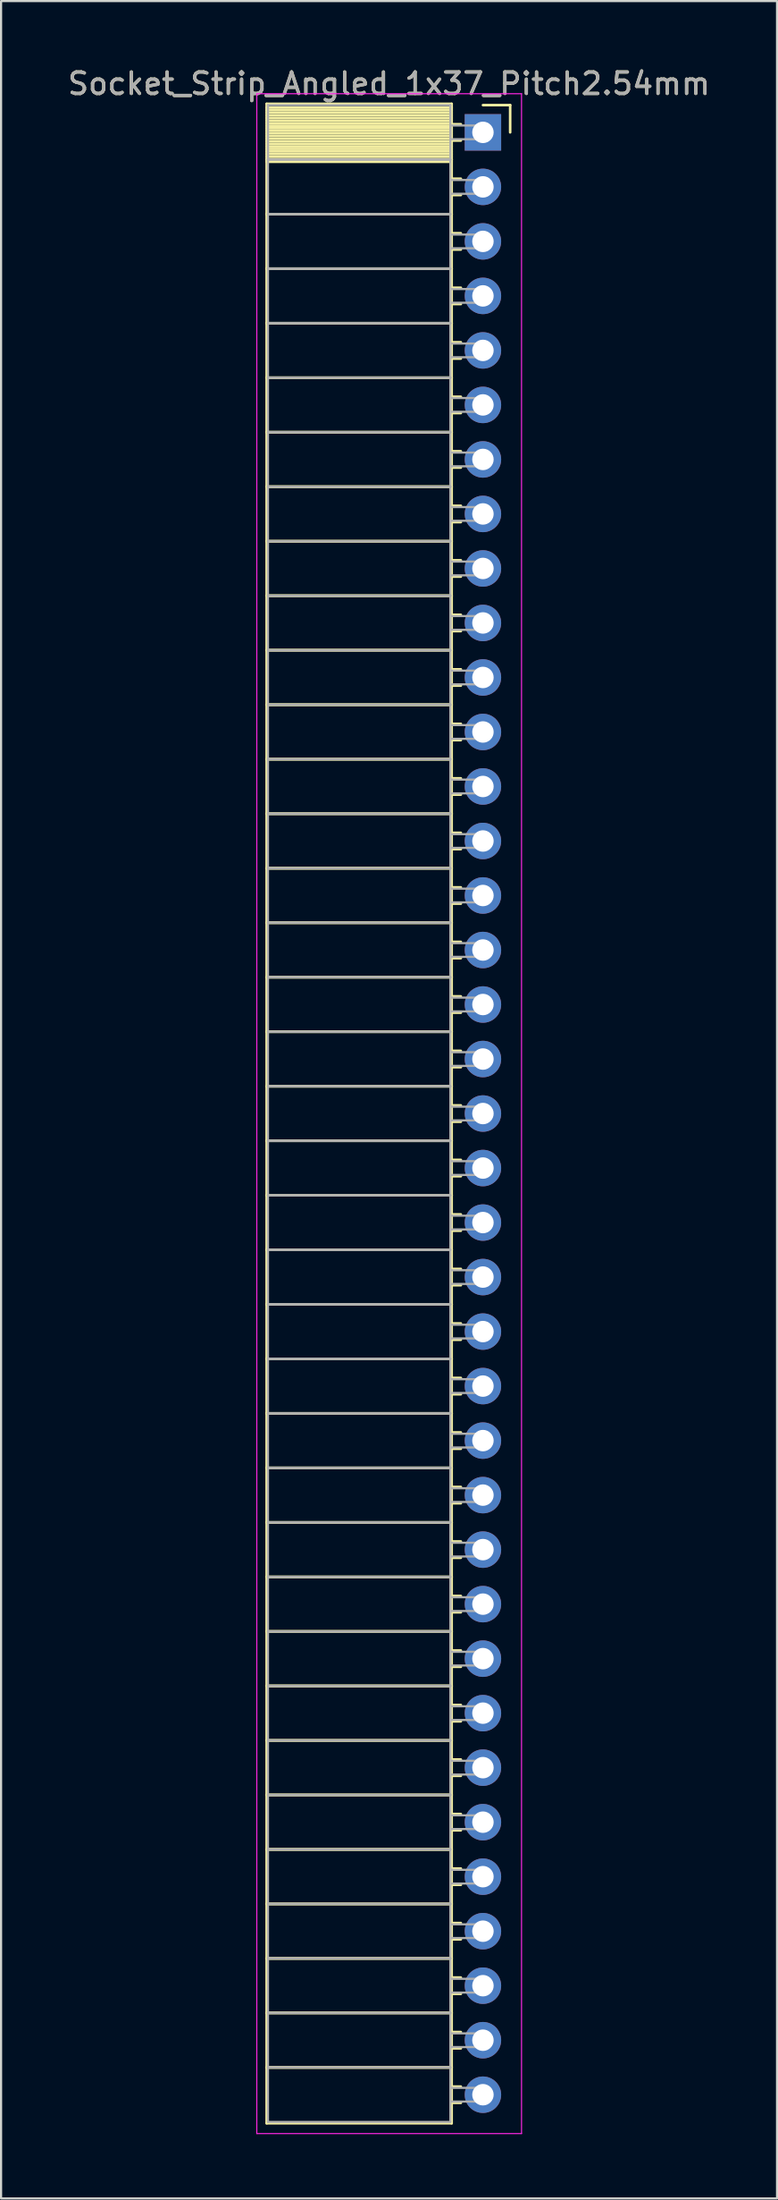
<source format=kicad_pcb>
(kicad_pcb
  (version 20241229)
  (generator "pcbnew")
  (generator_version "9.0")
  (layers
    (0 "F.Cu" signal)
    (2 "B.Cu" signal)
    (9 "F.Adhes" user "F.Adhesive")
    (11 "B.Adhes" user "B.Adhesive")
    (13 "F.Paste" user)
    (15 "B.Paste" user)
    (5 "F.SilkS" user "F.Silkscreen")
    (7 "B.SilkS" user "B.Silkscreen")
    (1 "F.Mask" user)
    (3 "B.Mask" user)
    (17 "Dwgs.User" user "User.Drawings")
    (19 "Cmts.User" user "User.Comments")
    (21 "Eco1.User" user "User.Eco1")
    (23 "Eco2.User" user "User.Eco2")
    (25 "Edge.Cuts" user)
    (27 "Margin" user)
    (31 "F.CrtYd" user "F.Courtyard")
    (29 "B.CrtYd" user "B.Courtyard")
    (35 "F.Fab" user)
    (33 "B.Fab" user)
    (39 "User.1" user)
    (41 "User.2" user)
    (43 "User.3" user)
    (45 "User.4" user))
  (footprint "Socket_Strip_Angled_1x37_Pitch2.54mm"
    (layer "F.Cu")
    (at 19.481 3.118)
    (property "Reference" "Socket_Strip_Angled_1x37_Pitch2.54mm" (at -4.38 -2.27 0) (layer "F.SilkS") (effects (font (size 1 1) (thickness 0.15))))
    (attr through_hole)
    (fp_line (start -10.09 -1.33) (end -1.46 -1.33) (stroke (width 0.12) (type solid)) (layer "F.SilkS"))
    (fp_line (start -10.09 1.27) (end -10.09 -1.33) (stroke (width 0.12) (type solid)) (layer "F.SilkS"))
    (fp_line (start -10.09 1.27) (end -1.46 1.27) (stroke (width 0.12) (type solid)) (layer "F.SilkS"))
    (fp_line (start -10.09 3.81) (end -10.09 1.27) (stroke (width 0.12) (type solid)) (layer "F.SilkS"))
    (fp_line (start -10.09 3.81) (end -1.46 3.81) (stroke (width 0.12) (type solid)) (layer "F.SilkS"))
    (fp_line (start -10.09 6.35) (end -10.09 3.81) (stroke (width 0.12) (type solid)) (layer "F.SilkS"))
    (fp_line (start -10.09 6.35) (end -1.46 6.35) (stroke (width 0.12) (type solid)) (layer "F.SilkS"))
    (fp_line (start -10.09 8.89) (end -10.09 6.35) (stroke (width 0.12) (type solid)) (layer "F.SilkS"))
    (fp_line (start -10.09 8.89) (end -1.46 8.89) (stroke (width 0.12) (type solid)) (layer "F.SilkS"))
    (fp_line (start -10.09 11.43) (end -10.09 8.89) (stroke (width 0.12) (type solid)) (layer "F.SilkS"))
    (fp_line (start -10.09 11.43) (end -1.46 11.43) (stroke (width 0.12) (type solid)) (layer "F.SilkS"))
    (fp_line (start -10.09 13.97) (end -10.09 11.43) (stroke (width 0.12) (type solid)) (layer "F.SilkS"))
    (fp_line (start -10.09 13.97) (end -1.46 13.97) (stroke (width 0.12) (type solid)) (layer "F.SilkS"))
    (fp_line (start -10.09 16.51) (end -10.09 13.97) (stroke (width 0.12) (type solid)) (layer "F.SilkS"))
    (fp_line (start -10.09 16.51) (end -1.46 16.51) (stroke (width 0.12) (type solid)) (layer "F.SilkS"))
    (fp_line (start -10.09 19.05) (end -10.09 16.51) (stroke (width 0.12) (type solid)) (layer "F.SilkS"))
    (fp_line (start -10.09 19.05) (end -1.46 19.05) (stroke (width 0.12) (type solid)) (layer "F.SilkS"))
    (fp_line (start -10.09 21.59) (end -10.09 19.05) (stroke (width 0.12) (type solid)) (layer "F.SilkS"))
    (fp_line (start -10.09 21.59) (end -1.46 21.59) (stroke (width 0.12) (type solid)) (layer "F.SilkS"))
    (fp_line (start -10.09 24.13) (end -10.09 21.59) (stroke (width 0.12) (type solid)) (layer "F.SilkS"))
    (fp_line (start -10.09 24.13) (end -1.46 24.13) (stroke (width 0.12) (type solid)) (layer "F.SilkS"))
    (fp_line (start -10.09 26.67) (end -10.09 24.13) (stroke (width 0.12) (type solid)) (layer "F.SilkS"))
    (fp_line (start -10.09 26.67) (end -1.46 26.67) (stroke (width 0.12) (type solid)) (layer "F.SilkS"))
    (fp_line (start -10.09 29.21) (end -10.09 26.67) (stroke (width 0.12) (type solid)) (layer "F.SilkS"))
    (fp_line (start -10.09 29.21) (end -1.46 29.21) (stroke (width 0.12) (type solid)) (layer "F.SilkS"))
    (fp_line (start -10.09 31.75) (end -10.09 29.21) (stroke (width 0.12) (type solid)) (layer "F.SilkS"))
    (fp_line (start -10.09 31.75) (end -1.46 31.75) (stroke (width 0.12) (type solid)) (layer "F.SilkS"))
    (fp_line (start -10.09 34.29) (end -10.09 31.75) (stroke (width 0.12) (type solid)) (layer "F.SilkS"))
    (fp_line (start -10.09 34.29) (end -1.46 34.29) (stroke (width 0.12) (type solid)) (layer "F.SilkS"))
    (fp_line (start -10.09 36.83) (end -10.09 34.29) (stroke (width 0.12) (type solid)) (layer "F.SilkS"))
    (fp_line (start -10.09 36.83) (end -1.46 36.83) (stroke (width 0.12) (type solid)) (layer "F.SilkS"))
    (fp_line (start -10.09 39.37) (end -10.09 36.83) (stroke (width 0.12) (type solid)) (layer "F.SilkS"))
    (fp_line (start -10.09 39.37) (end -1.46 39.37) (stroke (width 0.12) (type solid)) (layer "F.SilkS"))
    (fp_line (start -10.09 41.91) (end -10.09 39.37) (stroke (width 0.12) (type solid)) (layer "F.SilkS"))
    (fp_line (start -10.09 41.91) (end -1.46 41.91) (stroke (width 0.12) (type solid)) (layer "F.SilkS"))
    (fp_line (start -10.09 44.45) (end -10.09 41.91) (stroke (width 0.12) (type solid)) (layer "F.SilkS"))
    (fp_line (start -10.09 44.45) (end -1.46 44.45) (stroke (width 0.12) (type solid)) (layer "F.SilkS"))
    (fp_line (start -10.09 46.99) (end -10.09 44.45) (stroke (width 0.12) (type solid)) (layer "F.SilkS"))
    (fp_line (start -10.09 46.99) (end -1.46 46.99) (stroke (width 0.12) (type solid)) (layer "F.SilkS"))
    (fp_line (start -10.09 49.53) (end -10.09 46.99) (stroke (width 0.12) (type solid)) (layer "F.SilkS"))
    (fp_line (start -10.09 49.53) (end -1.46 49.53) (stroke (width 0.12) (type solid)) (layer "F.SilkS"))
    (fp_line (start -10.09 52.07) (end -10.09 49.53) (stroke (width 0.12) (type solid)) (layer "F.SilkS"))
    (fp_line (start -10.09 52.07) (end -1.46 52.07) (stroke (width 0.12) (type solid)) (layer "F.SilkS"))
    (fp_line (start -10.09 54.61) (end -10.09 52.07) (stroke (width 0.12) (type solid)) (layer "F.SilkS"))
    (fp_line (start -10.09 54.61) (end -1.46 54.61) (stroke (width 0.12) (type solid)) (layer "F.SilkS"))
    (fp_line (start -10.09 57.15) (end -10.09 54.61) (stroke (width 0.12) (type solid)) (layer "F.SilkS"))
    (fp_line (start -10.09 57.15) (end -1.46 57.15) (stroke (width 0.12) (type solid)) (layer "F.SilkS"))
    (fp_line (start -10.09 59.69) (end -10.09 57.15) (stroke (width 0.12) (type solid)) (layer "F.SilkS"))
    (fp_line (start -10.09 59.69) (end -1.46 59.69) (stroke (width 0.12) (type solid)) (layer "F.SilkS"))
    (fp_line (start -10.09 62.23) (end -10.09 59.69) (stroke (width 0.12) (type solid)) (layer "F.SilkS"))
    (fp_line (start -10.09 62.23) (end -1.46 62.23) (stroke (width 0.12) (type solid)) (layer "F.SilkS"))
    (fp_line (start -10.09 64.77) (end -10.09 62.23) (stroke (width 0.12) (type solid)) (layer "F.SilkS"))
    (fp_line (start -10.09 64.77) (end -1.46 64.77) (stroke (width 0.12) (type solid)) (layer "F.SilkS"))
    (fp_line (start -10.09 67.31) (end -10.09 64.77) (stroke (width 0.12) (type solid)) (layer "F.SilkS"))
    (fp_line (start -10.09 67.31) (end -1.46 67.31) (stroke (width 0.12) (type solid)) (layer "F.SilkS"))
    (fp_line (start -10.09 69.85) (end -10.09 67.31) (stroke (width 0.12) (type solid)) (layer "F.SilkS"))
    (fp_line (start -10.09 69.85) (end -1.46 69.85) (stroke (width 0.12) (type solid)) (layer "F.SilkS"))
    (fp_line (start -10.09 72.39) (end -10.09 69.85) (stroke (width 0.12) (type solid)) (layer "F.SilkS"))
    (fp_line (start -10.09 72.39) (end -1.46 72.39) (stroke (width 0.12) (type solid)) (layer "F.SilkS"))
    (fp_line (start -10.09 74.93) (end -10.09 72.39) (stroke (width 0.12) (type solid)) (layer "F.SilkS"))
    (fp_line (start -10.09 74.93) (end -1.46 74.93) (stroke (width 0.12) (type solid)) (layer "F.SilkS"))
    (fp_line (start -10.09 77.47) (end -10.09 74.93) (stroke (width 0.12) (type solid)) (layer "F.SilkS"))
    (fp_line (start -10.09 77.47) (end -1.46 77.47) (stroke (width 0.12) (type solid)) (layer "F.SilkS"))
    (fp_line (start -10.09 80.01) (end -10.09 77.47) (stroke (width 0.12) (type solid)) (layer "F.SilkS"))
    (fp_line (start -10.09 80.01) (end -1.46 80.01) (stroke (width 0.12) (type solid)) (layer "F.SilkS"))
    (fp_line (start -10.09 82.55) (end -10.09 80.01) (stroke (width 0.12) (type solid)) (layer "F.SilkS"))
    (fp_line (start -10.09 82.55) (end -1.46 82.55) (stroke (width 0.12) (type solid)) (layer "F.SilkS"))
    (fp_line (start -10.09 85.09) (end -10.09 82.55) (stroke (width 0.12) (type solid)) (layer "F.SilkS"))
    (fp_line (start -10.09 85.09) (end -1.46 85.09) (stroke (width 0.12) (type solid)) (layer "F.SilkS"))
    (fp_line (start -10.09 87.63) (end -10.09 85.09) (stroke (width 0.12) (type solid)) (layer "F.SilkS"))
    (fp_line (start -10.09 87.63) (end -1.46 87.63) (stroke (width 0.12) (type solid)) (layer "F.SilkS"))
    (fp_line (start -10.09 90.17) (end -10.09 87.63) (stroke (width 0.12) (type solid)) (layer "F.SilkS"))
    (fp_line (start -10.09 90.17) (end -1.46 90.17) (stroke (width 0.12) (type solid)) (layer "F.SilkS"))
    (fp_line (start -10.09 92.77) (end -10.09 90.17) (stroke (width 0.12) (type solid)) (layer "F.SilkS"))
    (fp_line (start -1.46 -1.33) (end -1.46 1.27) (stroke (width 0.12) (type solid)) (layer "F.SilkS"))
    (fp_line (start -1.46 -1.15) (end -10.09 -1.15) (stroke (width 0.12) (type solid)) (layer "F.SilkS"))
    (fp_line (start -1.46 -1.03) (end -10.09 -1.03) (stroke (width 0.12) (type solid)) (layer "F.SilkS"))
    (fp_line (start -1.46 -0.91) (end -10.09 -0.91) (stroke (width 0.12) (type solid)) (layer "F.SilkS"))
    (fp_line (start -1.46 -0.79) (end -10.09 -0.79) (stroke (width 0.12) (type solid)) (layer "F.SilkS"))
    (fp_line (start -1.46 -0.67) (end -10.09 -0.67) (stroke (width 0.12) (type solid)) (layer "F.SilkS"))
    (fp_line (start -1.46 -0.55) (end -10.09 -0.55) (stroke (width 0.12) (type solid)) (layer "F.SilkS"))
    (fp_line (start -1.46 -0.43) (end -10.09 -0.43) (stroke (width 0.12) (type solid)) (layer "F.SilkS"))
    (fp_line (start -1.46 -0.31) (end -10.09 -0.31) (stroke (width 0.12) (type solid)) (layer "F.SilkS"))
    (fp_line (start -1.46 -0.19) (end -10.09 -0.19) (stroke (width 0.12) (type solid)) (layer "F.SilkS"))
    (fp_line (start -1.46 -0.07) (end -10.09 -0.07) (stroke (width 0.12) (type solid)) (layer "F.SilkS"))
    (fp_line (start -1.46 0.05) (end -10.09 0.05) (stroke (width 0.12) (type solid)) (layer "F.SilkS"))
    (fp_line (start -1.46 0.17) (end -10.09 0.17) (stroke (width 0.12) (type solid)) (layer "F.SilkS"))
    (fp_line (start -1.46 0.29) (end -10.09 0.29) (stroke (width 0.12) (type solid)) (layer "F.SilkS"))
    (fp_line (start -1.46 0.41) (end -10.09 0.41) (stroke (width 0.12) (type solid)) (layer "F.SilkS"))
    (fp_line (start -1.46 0.53) (end -10.09 0.53) (stroke (width 0.12) (type solid)) (layer "F.SilkS"))
    (fp_line (start -1.46 0.65) (end -10.09 0.65) (stroke (width 0.12) (type solid)) (layer "F.SilkS"))
    (fp_line (start -1.46 0.77) (end -10.09 0.77) (stroke (width 0.12) (type solid)) (layer "F.SilkS"))
    (fp_line (start -1.46 0.89) (end -10.09 0.89) (stroke (width 0.12) (type solid)) (layer "F.SilkS"))
    (fp_line (start -1.46 1.01) (end -10.09 1.01) (stroke (width 0.12) (type solid)) (layer "F.SilkS"))
    (fp_line (start -1.46 1.13) (end -10.09 1.13) (stroke (width 0.12) (type solid)) (layer "F.SilkS"))
    (fp_line (start -1.46 1.25) (end -10.09 1.25) (stroke (width 0.12) (type solid)) (layer "F.SilkS"))
    (fp_line (start -1.46 1.27) (end -10.09 1.27) (stroke (width 0.12) (type solid)) (layer "F.SilkS"))
    (fp_line (start -1.46 1.27) (end -1.46 3.81) (stroke (width 0.12) (type solid)) (layer "F.SilkS"))
    (fp_line (start -1.46 1.37) (end -10.09 1.37) (stroke (width 0.12) (type solid)) (layer "F.SilkS"))
    (fp_line (start -1.46 3.81) (end -10.09 3.81) (stroke (width 0.12) (type solid)) (layer "F.SilkS"))
    (fp_line (start -1.46 3.81) (end -1.46 6.35) (stroke (width 0.12) (type solid)) (layer "F.SilkS"))
    (fp_line (start -1.46 6.35) (end -10.09 6.35) (stroke (width 0.12) (type solid)) (layer "F.SilkS"))
    (fp_line (start -1.46 6.35) (end -1.46 8.89) (stroke (width 0.12) (type solid)) (layer "F.SilkS"))
    (fp_line (start -1.46 8.89) (end -10.09 8.89) (stroke (width 0.12) (type solid)) (layer "F.SilkS"))
    (fp_line (start -1.46 8.89) (end -1.46 11.43) (stroke (width 0.12) (type solid)) (layer "F.SilkS"))
    (fp_line (start -1.46 11.43) (end -10.09 11.43) (stroke (width 0.12) (type solid)) (layer "F.SilkS"))
    (fp_line (start -1.46 11.43) (end -1.46 13.97) (stroke (width 0.12) (type solid)) (layer "F.SilkS"))
    (fp_line (start -1.46 13.97) (end -10.09 13.97) (stroke (width 0.12) (type solid)) (layer "F.SilkS"))
    (fp_line (start -1.46 13.97) (end -1.46 16.51) (stroke (width 0.12) (type solid)) (layer "F.SilkS"))
    (fp_line (start -1.46 16.51) (end -10.09 16.51) (stroke (width 0.12) (type solid)) (layer "F.SilkS"))
    (fp_line (start -1.46 16.51) (end -1.46 19.05) (stroke (width 0.12) (type solid)) (layer "F.SilkS"))
    (fp_line (start -1.46 19.05) (end -10.09 19.05) (stroke (width 0.12) (type solid)) (layer "F.SilkS"))
    (fp_line (start -1.46 19.05) (end -1.46 21.59) (stroke (width 0.12) (type solid)) (layer "F.SilkS"))
    (fp_line (start -1.46 21.59) (end -10.09 21.59) (stroke (width 0.12) (type solid)) (layer "F.SilkS"))
    (fp_line (start -1.46 21.59) (end -1.46 24.13) (stroke (width 0.12) (type solid)) (layer "F.SilkS"))
    (fp_line (start -1.46 24.13) (end -10.09 24.13) (stroke (width 0.12) (type solid)) (layer "F.SilkS"))
    (fp_line (start -1.46 24.13) (end -1.46 26.67) (stroke (width 0.12) (type solid)) (layer "F.SilkS"))
    (fp_line (start -1.46 26.67) (end -10.09 26.67) (stroke (width 0.12) (type solid)) (layer "F.SilkS"))
    (fp_line (start -1.46 26.67) (end -1.46 29.21) (stroke (width 0.12) (type solid)) (layer "F.SilkS"))
    (fp_line (start -1.46 29.21) (end -10.09 29.21) (stroke (width 0.12) (type solid)) (layer "F.SilkS"))
    (fp_line (start -1.46 29.21) (end -1.46 31.75) (stroke (width 0.12) (type solid)) (layer "F.SilkS"))
    (fp_line (start -1.46 31.75) (end -10.09 31.75) (stroke (width 0.12) (type solid)) (layer "F.SilkS"))
    (fp_line (start -1.46 31.75) (end -1.46 34.29) (stroke (width 0.12) (type solid)) (layer "F.SilkS"))
    (fp_line (start -1.46 34.29) (end -10.09 34.29) (stroke (width 0.12) (type solid)) (layer "F.SilkS"))
    (fp_line (start -1.46 34.29) (end -1.46 36.83) (stroke (width 0.12) (type solid)) (layer "F.SilkS"))
    (fp_line (start -1.46 36.83) (end -10.09 36.83) (stroke (width 0.12) (type solid)) (layer "F.SilkS"))
    (fp_line (start -1.46 36.83) (end -1.46 39.37) (stroke (width 0.12) (type solid)) (layer "F.SilkS"))
    (fp_line (start -1.46 39.37) (end -10.09 39.37) (stroke (width 0.12) (type solid)) (layer "F.SilkS"))
    (fp_line (start -1.46 39.37) (end -1.46 41.91) (stroke (width 0.12) (type solid)) (layer "F.SilkS"))
    (fp_line (start -1.46 41.91) (end -10.09 41.91) (stroke (width 0.12) (type solid)) (layer "F.SilkS"))
    (fp_line (start -1.46 41.91) (end -1.46 44.45) (stroke (width 0.12) (type solid)) (layer "F.SilkS"))
    (fp_line (start -1.46 44.45) (end -10.09 44.45) (stroke (width 0.12) (type solid)) (layer "F.SilkS"))
    (fp_line (start -1.46 44.45) (end -1.46 46.99) (stroke (width 0.12) (type solid)) (layer "F.SilkS"))
    (fp_line (start -1.46 46.99) (end -10.09 46.99) (stroke (width 0.12) (type solid)) (layer "F.SilkS"))
    (fp_line (start -1.46 46.99) (end -1.46 49.53) (stroke (width 0.12) (type solid)) (layer "F.SilkS"))
    (fp_line (start -1.46 49.53) (end -10.09 49.53) (stroke (width 0.12) (type solid)) (layer "F.SilkS"))
    (fp_line (start -1.46 49.53) (end -1.46 52.07) (stroke (width 0.12) (type solid)) (layer "F.SilkS"))
    (fp_line (start -1.46 52.07) (end -10.09 52.07) (stroke (width 0.12) (type solid)) (layer "F.SilkS"))
    (fp_line (start -1.46 52.07) (end -1.46 54.61) (stroke (width 0.12) (type solid)) (layer "F.SilkS"))
    (fp_line (start -1.46 54.61) (end -10.09 54.61) (stroke (width 0.12) (type solid)) (layer "F.SilkS"))
    (fp_line (start -1.46 54.61) (end -1.46 57.15) (stroke (width 0.12) (type solid)) (layer "F.SilkS"))
    (fp_line (start -1.46 57.15) (end -10.09 57.15) (stroke (width 0.12) (type solid)) (layer "F.SilkS"))
    (fp_line (start -1.46 57.15) (end -1.46 59.69) (stroke (width 0.12) (type solid)) (layer "F.SilkS"))
    (fp_line (start -1.46 59.69) (end -10.09 59.69) (stroke (width 0.12) (type solid)) (layer "F.SilkS"))
    (fp_line (start -1.46 59.69) (end -1.46 62.23) (stroke (width 0.12) (type solid)) (layer "F.SilkS"))
    (fp_line (start -1.46 62.23) (end -10.09 62.23) (stroke (width 0.12) (type solid)) (layer "F.SilkS"))
    (fp_line (start -1.46 62.23) (end -1.46 64.77) (stroke (width 0.12) (type solid)) (layer "F.SilkS"))
    (fp_line (start -1.46 64.77) (end -10.09 64.77) (stroke (width 0.12) (type solid)) (layer "F.SilkS"))
    (fp_line (start -1.46 64.77) (end -1.46 67.31) (stroke (width 0.12) (type solid)) (layer "F.SilkS"))
    (fp_line (start -1.46 67.31) (end -10.09 67.31) (stroke (width 0.12) (type solid)) (layer "F.SilkS"))
    (fp_line (start -1.46 67.31) (end -1.46 69.85) (stroke (width 0.12) (type solid)) (layer "F.SilkS"))
    (fp_line (start -1.46 69.85) (end -10.09 69.85) (stroke (width 0.12) (type solid)) (layer "F.SilkS"))
    (fp_line (start -1.46 69.85) (end -1.46 72.39) (stroke (width 0.12) (type solid)) (layer "F.SilkS"))
    (fp_line (start -1.46 72.39) (end -10.09 72.39) (stroke (width 0.12) (type solid)) (layer "F.SilkS"))
    (fp_line (start -1.46 72.39) (end -1.46 74.93) (stroke (width 0.12) (type solid)) (layer "F.SilkS"))
    (fp_line (start -1.46 74.93) (end -10.09 74.93) (stroke (width 0.12) (type solid)) (layer "F.SilkS"))
    (fp_line (start -1.46 74.93) (end -1.46 77.47) (stroke (width 0.12) (type solid)) (layer "F.SilkS"))
    (fp_line (start -1.46 77.47) (end -10.09 77.47) (stroke (width 0.12) (type solid)) (layer "F.SilkS"))
    (fp_line (start -1.46 77.47) (end -1.46 80.01) (stroke (width 0.12) (type solid)) (layer "F.SilkS"))
    (fp_line (start -1.46 80.01) (end -10.09 80.01) (stroke (width 0.12) (type solid)) (layer "F.SilkS"))
    (fp_line (start -1.46 80.01) (end -1.46 82.55) (stroke (width 0.12) (type solid)) (layer "F.SilkS"))
    (fp_line (start -1.46 82.55) (end -10.09 82.55) (stroke (width 0.12) (type solid)) (layer "F.SilkS"))
    (fp_line (start -1.46 82.55) (end -1.46 85.09) (stroke (width 0.12) (type solid)) (layer "F.SilkS"))
    (fp_line (start -1.46 85.09) (end -10.09 85.09) (stroke (width 0.12) (type solid)) (layer "F.SilkS"))
    (fp_line (start -1.46 85.09) (end -1.46 87.63) (stroke (width 0.12) (type solid)) (layer "F.SilkS"))
    (fp_line (start -1.46 87.63) (end -10.09 87.63) (stroke (width 0.12) (type solid)) (layer "F.SilkS"))
    (fp_line (start -1.46 87.63) (end -1.46 90.17) (stroke (width 0.12) (type solid)) (layer "F.SilkS"))
    (fp_line (start -1.46 90.17) (end -10.09 90.17) (stroke (width 0.12) (type solid)) (layer "F.SilkS"))
    (fp_line (start -1.46 90.17) (end -1.46 92.77) (stroke (width 0.12) (type solid)) (layer "F.SilkS"))
    (fp_line (start -1.46 92.77) (end -10.09 92.77) (stroke (width 0.12) (type solid)) (layer "F.SilkS"))
    (fp_line (start -1.03 -0.38) (end -1.46 -0.38) (stroke (width 0.12) (type solid)) (layer "F.SilkS"))
    (fp_line (start -1.03 0.38) (end -1.46 0.38) (stroke (width 0.12) (type solid)) (layer "F.SilkS"))
    (fp_line (start -1.03 2.16) (end -1.46 2.16) (stroke (width 0.12) (type solid)) (layer "F.SilkS"))
    (fp_line (start -1.03 2.92) (end -1.46 2.92) (stroke (width 0.12) (type solid)) (layer "F.SilkS"))
    (fp_line (start -1.03 4.7) (end -1.46 4.7) (stroke (width 0.12) (type solid)) (layer "F.SilkS"))
    (fp_line (start -1.03 5.46) (end -1.46 5.46) (stroke (width 0.12) (type solid)) (layer "F.SilkS"))
    (fp_line (start -1.03 7.24) (end -1.46 7.24) (stroke (width 0.12) (type solid)) (layer "F.SilkS"))
    (fp_line (start -1.03 8) (end -1.46 8) (stroke (width 0.12) (type solid)) (layer "F.SilkS"))
    (fp_line (start -1.03 9.78) (end -1.46 9.78) (stroke (width 0.12) (type solid)) (layer "F.SilkS"))
    (fp_line (start -1.03 10.54) (end -1.46 10.54) (stroke (width 0.12) (type solid)) (layer "F.SilkS"))
    (fp_line (start -1.03 12.32) (end -1.46 12.32) (stroke (width 0.12) (type solid)) (layer "F.SilkS"))
    (fp_line (start -1.03 13.08) (end -1.46 13.08) (stroke (width 0.12) (type solid)) (layer "F.SilkS"))
    (fp_line (start -1.03 14.86) (end -1.46 14.86) (stroke (width 0.12) (type solid)) (layer "F.SilkS"))
    (fp_line (start -1.03 15.62) (end -1.46 15.62) (stroke (width 0.12) (type solid)) (layer "F.SilkS"))
    (fp_line (start -1.03 17.4) (end -1.46 17.4) (stroke (width 0.12) (type solid)) (layer "F.SilkS"))
    (fp_line (start -1.03 18.16) (end -1.46 18.16) (stroke (width 0.12) (type solid)) (layer "F.SilkS"))
    (fp_line (start -1.03 19.94) (end -1.46 19.94) (stroke (width 0.12) (type solid)) (layer "F.SilkS"))
    (fp_line (start -1.03 20.7) (end -1.46 20.7) (stroke (width 0.12) (type solid)) (layer "F.SilkS"))
    (fp_line (start -1.03 22.48) (end -1.46 22.48) (stroke (width 0.12) (type solid)) (layer "F.SilkS"))
    (fp_line (start -1.03 23.24) (end -1.46 23.24) (stroke (width 0.12) (type solid)) (layer "F.SilkS"))
    (fp_line (start -1.03 25.02) (end -1.46 25.02) (stroke (width 0.12) (type solid)) (layer "F.SilkS"))
    (fp_line (start -1.03 25.78) (end -1.46 25.78) (stroke (width 0.12) (type solid)) (layer "F.SilkS"))
    (fp_line (start -1.03 27.56) (end -1.46 27.56) (stroke (width 0.12) (type solid)) (layer "F.SilkS"))
    (fp_line (start -1.03 28.32) (end -1.46 28.32) (stroke (width 0.12) (type solid)) (layer "F.SilkS"))
    (fp_line (start -1.03 30.1) (end -1.46 30.1) (stroke (width 0.12) (type solid)) (layer "F.SilkS"))
    (fp_line (start -1.03 30.86) (end -1.46 30.86) (stroke (width 0.12) (type solid)) (layer "F.SilkS"))
    (fp_line (start -1.03 32.64) (end -1.46 32.64) (stroke (width 0.12) (type solid)) (layer "F.SilkS"))
    (fp_line (start -1.03 33.4) (end -1.46 33.4) (stroke (width 0.12) (type solid)) (layer "F.SilkS"))
    (fp_line (start -1.03 35.18) (end -1.46 35.18) (stroke (width 0.12) (type solid)) (layer "F.SilkS"))
    (fp_line (start -1.03 35.94) (end -1.46 35.94) (stroke (width 0.12) (type solid)) (layer "F.SilkS"))
    (fp_line (start -1.03 37.72) (end -1.46 37.72) (stroke (width 0.12) (type solid)) (layer "F.SilkS"))
    (fp_line (start -1.03 38.48) (end -1.46 38.48) (stroke (width 0.12) (type solid)) (layer "F.SilkS"))
    (fp_line (start -1.03 40.26) (end -1.46 40.26) (stroke (width 0.12) (type solid)) (layer "F.SilkS"))
    (fp_line (start -1.03 41.02) (end -1.46 41.02) (stroke (width 0.12) (type solid)) (layer "F.SilkS"))
    (fp_line (start -1.03 42.8) (end -1.46 42.8) (stroke (width 0.12) (type solid)) (layer "F.SilkS"))
    (fp_line (start -1.03 43.56) (end -1.46 43.56) (stroke (width 0.12) (type solid)) (layer "F.SilkS"))
    (fp_line (start -1.03 45.34) (end -1.46 45.34) (stroke (width 0.12) (type solid)) (layer "F.SilkS"))
    (fp_line (start -1.03 46.1) (end -1.46 46.1) (stroke (width 0.12) (type solid)) (layer "F.SilkS"))
    (fp_line (start -1.03 47.88) (end -1.46 47.88) (stroke (width 0.12) (type solid)) (layer "F.SilkS"))
    (fp_line (start -1.03 48.64) (end -1.46 48.64) (stroke (width 0.12) (type solid)) (layer "F.SilkS"))
    (fp_line (start -1.03 50.42) (end -1.46 50.42) (stroke (width 0.12) (type solid)) (layer "F.SilkS"))
    (fp_line (start -1.03 51.18) (end -1.46 51.18) (stroke (width 0.12) (type solid)) (layer "F.SilkS"))
    (fp_line (start -1.03 52.96) (end -1.46 52.96) (stroke (width 0.12) (type solid)) (layer "F.SilkS"))
    (fp_line (start -1.03 53.72) (end -1.46 53.72) (stroke (width 0.12) (type solid)) (layer "F.SilkS"))
    (fp_line (start -1.03 55.5) (end -1.46 55.5) (stroke (width 0.12) (type solid)) (layer "F.SilkS"))
    (fp_line (start -1.03 56.26) (end -1.46 56.26) (stroke (width 0.12) (type solid)) (layer "F.SilkS"))
    (fp_line (start -1.03 58.04) (end -1.46 58.04) (stroke (width 0.12) (type solid)) (layer "F.SilkS"))
    (fp_line (start -1.03 58.8) (end -1.46 58.8) (stroke (width 0.12) (type solid)) (layer "F.SilkS"))
    (fp_line (start -1.03 60.58) (end -1.46 60.58) (stroke (width 0.12) (type solid)) (layer "F.SilkS"))
    (fp_line (start -1.03 61.34) (end -1.46 61.34) (stroke (width 0.12) (type solid)) (layer "F.SilkS"))
    (fp_line (start -1.03 63.12) (end -1.46 63.12) (stroke (width 0.12) (type solid)) (layer "F.SilkS"))
    (fp_line (start -1.03 63.88) (end -1.46 63.88) (stroke (width 0.12) (type solid)) (layer "F.SilkS"))
    (fp_line (start -1.03 65.66) (end -1.46 65.66) (stroke (width 0.12) (type solid)) (layer "F.SilkS"))
    (fp_line (start -1.03 66.42) (end -1.46 66.42) (stroke (width 0.12) (type solid)) (layer "F.SilkS"))
    (fp_line (start -1.03 68.2) (end -1.46 68.2) (stroke (width 0.12) (type solid)) (layer "F.SilkS"))
    (fp_line (start -1.03 68.96) (end -1.46 68.96) (stroke (width 0.12) (type solid)) (layer "F.SilkS"))
    (fp_line (start -1.03 70.74) (end -1.46 70.74) (stroke (width 0.12) (type solid)) (layer "F.SilkS"))
    (fp_line (start -1.03 71.5) (end -1.46 71.5) (stroke (width 0.12) (type solid)) (layer "F.SilkS"))
    (fp_line (start -1.03 73.28) (end -1.46 73.28) (stroke (width 0.12) (type solid)) (layer "F.SilkS"))
    (fp_line (start -1.03 74.04) (end -1.46 74.04) (stroke (width 0.12) (type solid)) (layer "F.SilkS"))
    (fp_line (start -1.03 75.82) (end -1.46 75.82) (stroke (width 0.12) (type solid)) (layer "F.SilkS"))
    (fp_line (start -1.03 76.58) (end -1.46 76.58) (stroke (width 0.12) (type solid)) (layer "F.SilkS"))
    (fp_line (start -1.03 78.36) (end -1.46 78.36) (stroke (width 0.12) (type solid)) (layer "F.SilkS"))
    (fp_line (start -1.03 79.12) (end -1.46 79.12) (stroke (width 0.12) (type solid)) (layer "F.SilkS"))
    (fp_line (start -1.03 80.9) (end -1.46 80.9) (stroke (width 0.12) (type solid)) (layer "F.SilkS"))
    (fp_line (start -1.03 81.66) (end -1.46 81.66) (stroke (width 0.12) (type solid)) (layer "F.SilkS"))
    (fp_line (start -1.03 83.44) (end -1.46 83.44) (stroke (width 0.12) (type solid)) (layer "F.SilkS"))
    (fp_line (start -1.03 84.2) (end -1.46 84.2) (stroke (width 0.12) (type solid)) (layer "F.SilkS"))
    (fp_line (start -1.03 85.98) (end -1.46 85.98) (stroke (width 0.12) (type solid)) (layer "F.SilkS"))
    (fp_line (start -1.03 86.74) (end -1.46 86.74) (stroke (width 0.12) (type solid)) (layer "F.SilkS"))
    (fp_line (start -1.03 88.52) (end -1.46 88.52) (stroke (width 0.12) (type solid)) (layer "F.SilkS"))
    (fp_line (start -1.03 89.28) (end -1.46 89.28) (stroke (width 0.12) (type solid)) (layer "F.SilkS"))
    (fp_line (start -1.03 91.06) (end -1.46 91.06) (stroke (width 0.12) (type solid)) (layer "F.SilkS"))
    (fp_line (start -1.03 91.82) (end -1.46 91.82) (stroke (width 0.12) (type solid)) (layer "F.SilkS"))
    (fp_line (start 0 -1.27) (end 1.27 -1.27) (stroke (width 0.12) (type solid)) (layer "F.SilkS"))
    (fp_line (start 1.27 -1.27) (end 1.27 0) (stroke (width 0.12) (type solid)) (layer "F.SilkS"))
    (fp_line (start -10.55 -1.8) (end 1.8 -1.8) (stroke (width 0.05) (type solid)) (layer "F.CrtYd"))
    (fp_line (start -10.55 93.25) (end -10.55 -1.8) (stroke (width 0.05) (type solid)) (layer "F.CrtYd"))
    (fp_line (start 1.8 -1.8) (end 1.8 93.25) (stroke (width 0.05) (type solid)) (layer "F.CrtYd"))
    (fp_line (start 1.8 93.25) (end -10.55 93.25) (stroke (width 0.05) (type solid)) (layer "F.CrtYd"))
    (fp_line (start -10.03 -1.27) (end -1.52 -1.27) (stroke (width 0.1) (type solid)) (layer "F.Fab"))
    (fp_line (start -10.03 1.27) (end -10.03 -1.27) (stroke (width 0.1) (type solid)) (layer "F.Fab"))
    (fp_line (start -10.03 1.27) (end -1.52 1.27) (stroke (width 0.1) (type solid)) (layer "F.Fab"))
    (fp_line (start -10.03 3.81) (end -10.03 1.27) (stroke (width 0.1) (type solid)) (layer "F.Fab"))
    (fp_line (start -10.03 3.81) (end -1.52 3.81) (stroke (width 0.1) (type solid)) (layer "F.Fab"))
    (fp_line (start -10.03 6.35) (end -10.03 3.81) (stroke (width 0.1) (type solid)) (layer "F.Fab"))
    (fp_line (start -10.03 6.35) (end -1.52 6.35) (stroke (width 0.1) (type solid)) (layer "F.Fab"))
    (fp_line (start -10.03 8.89) (end -10.03 6.35) (stroke (width 0.1) (type solid)) (layer "F.Fab"))
    (fp_line (start -10.03 8.89) (end -1.52 8.89) (stroke (width 0.1) (type solid)) (layer "F.Fab"))
    (fp_line (start -10.03 11.43) (end -10.03 8.89) (stroke (width 0.1) (type solid)) (layer "F.Fab"))
    (fp_line (start -10.03 11.43) (end -1.52 11.43) (stroke (width 0.1) (type solid)) (layer "F.Fab"))
    (fp_line (start -10.03 13.97) (end -10.03 11.43) (stroke (width 0.1) (type solid)) (layer "F.Fab"))
    (fp_line (start -10.03 13.97) (end -1.52 13.97) (stroke (width 0.1) (type solid)) (layer "F.Fab"))
    (fp_line (start -10.03 16.51) (end -10.03 13.97) (stroke (width 0.1) (type solid)) (layer "F.Fab"))
    (fp_line (start -10.03 16.51) (end -1.52 16.51) (stroke (width 0.1) (type solid)) (layer "F.Fab"))
    (fp_line (start -10.03 19.05) (end -10.03 16.51) (stroke (width 0.1) (type solid)) (layer "F.Fab"))
    (fp_line (start -10.03 19.05) (end -1.52 19.05) (stroke (width 0.1) (type solid)) (layer "F.Fab"))
    (fp_line (start -10.03 21.59) (end -10.03 19.05) (stroke (width 0.1) (type solid)) (layer "F.Fab"))
    (fp_line (start -10.03 21.59) (end -1.52 21.59) (stroke (width 0.1) (type solid)) (layer "F.Fab"))
    (fp_line (start -10.03 24.13) (end -10.03 21.59) (stroke (width 0.1) (type solid)) (layer "F.Fab"))
    (fp_line (start -10.03 24.13) (end -1.52 24.13) (stroke (width 0.1) (type solid)) (layer "F.Fab"))
    (fp_line (start -10.03 26.67) (end -10.03 24.13) (stroke (width 0.1) (type solid)) (layer "F.Fab"))
    (fp_line (start -10.03 26.67) (end -1.52 26.67) (stroke (width 0.1) (type solid)) (layer "F.Fab"))
    (fp_line (start -10.03 29.21) (end -10.03 26.67) (stroke (width 0.1) (type solid)) (layer "F.Fab"))
    (fp_line (start -10.03 29.21) (end -1.52 29.21) (stroke (width 0.1) (type solid)) (layer "F.Fab"))
    (fp_line (start -10.03 31.75) (end -10.03 29.21) (stroke (width 0.1) (type solid)) (layer "F.Fab"))
    (fp_line (start -10.03 31.75) (end -1.52 31.75) (stroke (width 0.1) (type solid)) (layer "F.Fab"))
    (fp_line (start -10.03 34.29) (end -10.03 31.75) (stroke (width 0.1) (type solid)) (layer "F.Fab"))
    (fp_line (start -10.03 34.29) (end -1.52 34.29) (stroke (width 0.1) (type solid)) (layer "F.Fab"))
    (fp_line (start -10.03 36.83) (end -10.03 34.29) (stroke (width 0.1) (type solid)) (layer "F.Fab"))
    (fp_line (start -10.03 36.83) (end -1.52 36.83) (stroke (width 0.1) (type solid)) (layer "F.Fab"))
    (fp_line (start -10.03 39.37) (end -10.03 36.83) (stroke (width 0.1) (type solid)) (layer "F.Fab"))
    (fp_line (start -10.03 39.37) (end -1.52 39.37) (stroke (width 0.1) (type solid)) (layer "F.Fab"))
    (fp_line (start -10.03 41.91) (end -10.03 39.37) (stroke (width 0.1) (type solid)) (layer "F.Fab"))
    (fp_line (start -10.03 41.91) (end -1.52 41.91) (stroke (width 0.1) (type solid)) (layer "F.Fab"))
    (fp_line (start -10.03 44.45) (end -10.03 41.91) (stroke (width 0.1) (type solid)) (layer "F.Fab"))
    (fp_line (start -10.03 44.45) (end -1.52 44.45) (stroke (width 0.1) (type solid)) (layer "F.Fab"))
    (fp_line (start -10.03 46.99) (end -10.03 44.45) (stroke (width 0.1) (type solid)) (layer "F.Fab"))
    (fp_line (start -10.03 46.99) (end -1.52 46.99) (stroke (width 0.1) (type solid)) (layer "F.Fab"))
    (fp_line (start -10.03 49.53) (end -10.03 46.99) (stroke (width 0.1) (type solid)) (layer "F.Fab"))
    (fp_line (start -10.03 49.53) (end -1.52 49.53) (stroke (width 0.1) (type solid)) (layer "F.Fab"))
    (fp_line (start -10.03 52.07) (end -10.03 49.53) (stroke (width 0.1) (type solid)) (layer "F.Fab"))
    (fp_line (start -10.03 52.07) (end -1.52 52.07) (stroke (width 0.1) (type solid)) (layer "F.Fab"))
    (fp_line (start -10.03 54.61) (end -10.03 52.07) (stroke (width 0.1) (type solid)) (layer "F.Fab"))
    (fp_line (start -10.03 54.61) (end -1.52 54.61) (stroke (width 0.1) (type solid)) (layer "F.Fab"))
    (fp_line (start -10.03 57.15) (end -10.03 54.61) (stroke (width 0.1) (type solid)) (layer "F.Fab"))
    (fp_line (start -10.03 57.15) (end -1.52 57.15) (stroke (width 0.1) (type solid)) (layer "F.Fab"))
    (fp_line (start -10.03 59.69) (end -10.03 57.15) (stroke (width 0.1) (type solid)) (layer "F.Fab"))
    (fp_line (start -10.03 59.69) (end -1.52 59.69) (stroke (width 0.1) (type solid)) (layer "F.Fab"))
    (fp_line (start -10.03 62.23) (end -10.03 59.69) (stroke (width 0.1) (type solid)) (layer "F.Fab"))
    (fp_line (start -10.03 62.23) (end -1.52 62.23) (stroke (width 0.1) (type solid)) (layer "F.Fab"))
    (fp_line (start -10.03 64.77) (end -10.03 62.23) (stroke (width 0.1) (type solid)) (layer "F.Fab"))
    (fp_line (start -10.03 64.77) (end -1.52 64.77) (stroke (width 0.1) (type solid)) (layer "F.Fab"))
    (fp_line (start -10.03 67.31) (end -10.03 64.77) (stroke (width 0.1) (type solid)) (layer "F.Fab"))
    (fp_line (start -10.03 67.31) (end -1.52 67.31) (stroke (width 0.1) (type solid)) (layer "F.Fab"))
    (fp_line (start -10.03 69.85) (end -10.03 67.31) (stroke (width 0.1) (type solid)) (layer "F.Fab"))
    (fp_line (start -10.03 69.85) (end -1.52 69.85) (stroke (width 0.1) (type solid)) (layer "F.Fab"))
    (fp_line (start -10.03 72.39) (end -10.03 69.85) (stroke (width 0.1) (type solid)) (layer "F.Fab"))
    (fp_line (start -10.03 72.39) (end -1.52 72.39) (stroke (width 0.1) (type solid)) (layer "F.Fab"))
    (fp_line (start -10.03 74.93) (end -10.03 72.39) (stroke (width 0.1) (type solid)) (layer "F.Fab"))
    (fp_line (start -10.03 74.93) (end -1.52 74.93) (stroke (width 0.1) (type solid)) (layer "F.Fab"))
    (fp_line (start -10.03 77.47) (end -10.03 74.93) (stroke (width 0.1) (type solid)) (layer "F.Fab"))
    (fp_line (start -10.03 77.47) (end -1.52 77.47) (stroke (width 0.1) (type solid)) (layer "F.Fab"))
    (fp_line (start -10.03 80.01) (end -10.03 77.47) (stroke (width 0.1) (type solid)) (layer "F.Fab"))
    (fp_line (start -10.03 80.01) (end -1.52 80.01) (stroke (width 0.1) (type solid)) (layer "F.Fab"))
    (fp_line (start -10.03 82.55) (end -10.03 80.01) (stroke (width 0.1) (type solid)) (layer "F.Fab"))
    (fp_line (start -10.03 82.55) (end -1.52 82.55) (stroke (width 0.1) (type solid)) (layer "F.Fab"))
    (fp_line (start -10.03 85.09) (end -10.03 82.55) (stroke (width 0.1) (type solid)) (layer "F.Fab"))
    (fp_line (start -10.03 85.09) (end -1.52 85.09) (stroke (width 0.1) (type solid)) (layer "F.Fab"))
    (fp_line (start -10.03 87.63) (end -10.03 85.09) (stroke (width 0.1) (type solid)) (layer "F.Fab"))
    (fp_line (start -10.03 87.63) (end -1.52 87.63) (stroke (width 0.1) (type solid)) (layer "F.Fab"))
    (fp_line (start -10.03 90.17) (end -10.03 87.63) (stroke (width 0.1) (type solid)) (layer "F.Fab"))
    (fp_line (start -10.03 90.17) (end -1.52 90.17) (stroke (width 0.1) (type solid)) (layer "F.Fab"))
    (fp_line (start -10.03 92.71) (end -10.03 90.17) (stroke (width 0.1) (type solid)) (layer "F.Fab"))
    (fp_line (start -1.52 -1.27) (end -1.52 1.27) (stroke (width 0.1) (type solid)) (layer "F.Fab"))
    (fp_line (start -1.52 -0.32) (end 0 -0.32) (stroke (width 0.1) (type solid)) (layer "F.Fab"))
    (fp_line (start -1.52 0.32) (end -1.52 -0.32) (stroke (width 0.1) (type solid)) (layer "F.Fab"))
    (fp_line (start -1.52 1.27) (end -10.03 1.27) (stroke (width 0.1) (type solid)) (layer "F.Fab"))
    (fp_line (start -1.52 1.27) (end -1.52 3.81) (stroke (width 0.1) (type solid)) (layer "F.Fab"))
    (fp_line (start -1.52 2.22) (end 0 2.22) (stroke (width 0.1) (type solid)) (layer "F.Fab"))
    (fp_line (start -1.52 2.86) (end -1.52 2.22) (stroke (width 0.1) (type solid)) (layer "F.Fab"))
    (fp_line (start -1.52 3.81) (end -10.03 3.81) (stroke (width 0.1) (type solid)) (layer "F.Fab"))
    (fp_line (start -1.52 3.81) (end -1.52 6.35) (stroke (width 0.1) (type solid)) (layer "F.Fab"))
    (fp_line (start -1.52 4.76) (end 0 4.76) (stroke (width 0.1) (type solid)) (layer "F.Fab"))
    (fp_line (start -1.52 5.4) (end -1.52 4.76) (stroke (width 0.1) (type solid)) (layer "F.Fab"))
    (fp_line (start -1.52 6.35) (end -10.03 6.35) (stroke (width 0.1) (type solid)) (layer "F.Fab"))
    (fp_line (start -1.52 6.35) (end -1.52 8.89) (stroke (width 0.1) (type solid)) (layer "F.Fab"))
    (fp_line (start -1.52 7.3) (end 0 7.3) (stroke (width 0.1) (type solid)) (layer "F.Fab"))
    (fp_line (start -1.52 7.94) (end -1.52 7.3) (stroke (width 0.1) (type solid)) (layer "F.Fab"))
    (fp_line (start -1.52 8.89) (end -10.03 8.89) (stroke (width 0.1) (type solid)) (layer "F.Fab"))
    (fp_line (start -1.52 8.89) (end -1.52 11.43) (stroke (width 0.1) (type solid)) (layer "F.Fab"))
    (fp_line (start -1.52 9.84) (end 0 9.84) (stroke (width 0.1) (type solid)) (layer "F.Fab"))
    (fp_line (start -1.52 10.48) (end -1.52 9.84) (stroke (width 0.1) (type solid)) (layer "F.Fab"))
    (fp_line (start -1.52 11.43) (end -10.03 11.43) (stroke (width 0.1) (type solid)) (layer "F.Fab"))
    (fp_line (start -1.52 11.43) (end -1.52 13.97) (stroke (width 0.1) (type solid)) (layer "F.Fab"))
    (fp_line (start -1.52 12.38) (end 0 12.38) (stroke (width 0.1) (type solid)) (layer "F.Fab"))
    (fp_line (start -1.52 13.02) (end -1.52 12.38) (stroke (width 0.1) (type solid)) (layer "F.Fab"))
    (fp_line (start -1.52 13.97) (end -10.03 13.97) (stroke (width 0.1) (type solid)) (layer "F.Fab"))
    (fp_line (start -1.52 13.97) (end -1.52 16.51) (stroke (width 0.1) (type solid)) (layer "F.Fab"))
    (fp_line (start -1.52 14.92) (end 0 14.92) (stroke (width 0.1) (type solid)) (layer "F.Fab"))
    (fp_line (start -1.52 15.56) (end -1.52 14.92) (stroke (width 0.1) (type solid)) (layer "F.Fab"))
    (fp_line (start -1.52 16.51) (end -10.03 16.51) (stroke (width 0.1) (type solid)) (layer "F.Fab"))
    (fp_line (start -1.52 16.51) (end -1.52 19.05) (stroke (width 0.1) (type solid)) (layer "F.Fab"))
    (fp_line (start -1.52 17.46) (end 0 17.46) (stroke (width 0.1) (type solid)) (layer "F.Fab"))
    (fp_line (start -1.52 18.1) (end -1.52 17.46) (stroke (width 0.1) (type solid)) (layer "F.Fab"))
    (fp_line (start -1.52 19.05) (end -10.03 19.05) (stroke (width 0.1) (type solid)) (layer "F.Fab"))
    (fp_line (start -1.52 19.05) (end -1.52 21.59) (stroke (width 0.1) (type solid)) (layer "F.Fab"))
    (fp_line (start -1.52 20) (end 0 20) (stroke (width 0.1) (type solid)) (layer "F.Fab"))
    (fp_line (start -1.52 20.64) (end -1.52 20) (stroke (width 0.1) (type solid)) (layer "F.Fab"))
    (fp_line (start -1.52 21.59) (end -10.03 21.59) (stroke (width 0.1) (type solid)) (layer "F.Fab"))
    (fp_line (start -1.52 21.59) (end -1.52 24.13) (stroke (width 0.1) (type solid)) (layer "F.Fab"))
    (fp_line (start -1.52 22.54) (end 0 22.54) (stroke (width 0.1) (type solid)) (layer "F.Fab"))
    (fp_line (start -1.52 23.18) (end -1.52 22.54) (stroke (width 0.1) (type solid)) (layer "F.Fab"))
    (fp_line (start -1.52 24.13) (end -10.03 24.13) (stroke (width 0.1) (type solid)) (layer "F.Fab"))
    (fp_line (start -1.52 24.13) (end -1.52 26.67) (stroke (width 0.1) (type solid)) (layer "F.Fab"))
    (fp_line (start -1.52 25.08) (end 0 25.08) (stroke (width 0.1) (type solid)) (layer "F.Fab"))
    (fp_line (start -1.52 25.72) (end -1.52 25.08) (stroke (width 0.1) (type solid)) (layer "F.Fab"))
    (fp_line (start -1.52 26.67) (end -10.03 26.67) (stroke (width 0.1) (type solid)) (layer "F.Fab"))
    (fp_line (start -1.52 26.67) (end -1.52 29.21) (stroke (width 0.1) (type solid)) (layer "F.Fab"))
    (fp_line (start -1.52 27.62) (end 0 27.62) (stroke (width 0.1) (type solid)) (layer "F.Fab"))
    (fp_line (start -1.52 28.26) (end -1.52 27.62) (stroke (width 0.1) (type solid)) (layer "F.Fab"))
    (fp_line (start -1.52 29.21) (end -10.03 29.21) (stroke (width 0.1) (type solid)) (layer "F.Fab"))
    (fp_line (start -1.52 29.21) (end -1.52 31.75) (stroke (width 0.1) (type solid)) (layer "F.Fab"))
    (fp_line (start -1.52 30.16) (end 0 30.16) (stroke (width 0.1) (type solid)) (layer "F.Fab"))
    (fp_line (start -1.52 30.8) (end -1.52 30.16) (stroke (width 0.1) (type solid)) (layer "F.Fab"))
    (fp_line (start -1.52 31.75) (end -10.03 31.75) (stroke (width 0.1) (type solid)) (layer "F.Fab"))
    (fp_line (start -1.52 31.75) (end -1.52 34.29) (stroke (width 0.1) (type solid)) (layer "F.Fab"))
    (fp_line (start -1.52 32.7) (end 0 32.7) (stroke (width 0.1) (type solid)) (layer "F.Fab"))
    (fp_line (start -1.52 33.34) (end -1.52 32.7) (stroke (width 0.1) (type solid)) (layer "F.Fab"))
    (fp_line (start -1.52 34.29) (end -10.03 34.29) (stroke (width 0.1) (type solid)) (layer "F.Fab"))
    (fp_line (start -1.52 34.29) (end -1.52 36.83) (stroke (width 0.1) (type solid)) (layer "F.Fab"))
    (fp_line (start -1.52 35.24) (end 0 35.24) (stroke (width 0.1) (type solid)) (layer "F.Fab"))
    (fp_line (start -1.52 35.88) (end -1.52 35.24) (stroke (width 0.1) (type solid)) (layer "F.Fab"))
    (fp_line (start -1.52 36.83) (end -10.03 36.83) (stroke (width 0.1) (type solid)) (layer "F.Fab"))
    (fp_line (start -1.52 36.83) (end -1.52 39.37) (stroke (width 0.1) (type solid)) (layer "F.Fab"))
    (fp_line (start -1.52 37.78) (end 0 37.78) (stroke (width 0.1) (type solid)) (layer "F.Fab"))
    (fp_line (start -1.52 38.42) (end -1.52 37.78) (stroke (width 0.1) (type solid)) (layer "F.Fab"))
    (fp_line (start -1.52 39.37) (end -10.03 39.37) (stroke (width 0.1) (type solid)) (layer "F.Fab"))
    (fp_line (start -1.52 39.37) (end -1.52 41.91) (stroke (width 0.1) (type solid)) (layer "F.Fab"))
    (fp_line (start -1.52 40.32) (end 0 40.32) (stroke (width 0.1) (type solid)) (layer "F.Fab"))
    (fp_line (start -1.52 40.96) (end -1.52 40.32) (stroke (width 0.1) (type solid)) (layer "F.Fab"))
    (fp_line (start -1.52 41.91) (end -10.03 41.91) (stroke (width 0.1) (type solid)) (layer "F.Fab"))
    (fp_line (start -1.52 41.91) (end -1.52 44.45) (stroke (width 0.1) (type solid)) (layer "F.Fab"))
    (fp_line (start -1.52 42.86) (end 0 42.86) (stroke (width 0.1) (type solid)) (layer "F.Fab"))
    (fp_line (start -1.52 43.5) (end -1.52 42.86) (stroke (width 0.1) (type solid)) (layer "F.Fab"))
    (fp_line (start -1.52 44.45) (end -10.03 44.45) (stroke (width 0.1) (type solid)) (layer "F.Fab"))
    (fp_line (start -1.52 44.45) (end -1.52 46.99) (stroke (width 0.1) (type solid)) (layer "F.Fab"))
    (fp_line (start -1.52 45.4) (end 0 45.4) (stroke (width 0.1) (type solid)) (layer "F.Fab"))
    (fp_line (start -1.52 46.04) (end -1.52 45.4) (stroke (width 0.1) (type solid)) (layer "F.Fab"))
    (fp_line (start -1.52 46.99) (end -10.03 46.99) (stroke (width 0.1) (type solid)) (layer "F.Fab"))
    (fp_line (start -1.52 46.99) (end -1.52 49.53) (stroke (width 0.1) (type solid)) (layer "F.Fab"))
    (fp_line (start -1.52 47.94) (end 0 47.94) (stroke (width 0.1) (type solid)) (layer "F.Fab"))
    (fp_line (start -1.52 48.58) (end -1.52 47.94) (stroke (width 0.1) (type solid)) (layer "F.Fab"))
    (fp_line (start -1.52 49.53) (end -10.03 49.53) (stroke (width 0.1) (type solid)) (layer "F.Fab"))
    (fp_line (start -1.52 49.53) (end -1.52 52.07) (stroke (width 0.1) (type solid)) (layer "F.Fab"))
    (fp_line (start -1.52 50.48) (end 0 50.48) (stroke (width 0.1) (type solid)) (layer "F.Fab"))
    (fp_line (start -1.52 51.12) (end -1.52 50.48) (stroke (width 0.1) (type solid)) (layer "F.Fab"))
    (fp_line (start -1.52 52.07) (end -10.03 52.07) (stroke (width 0.1) (type solid)) (layer "F.Fab"))
    (fp_line (start -1.52 52.07) (end -1.52 54.61) (stroke (width 0.1) (type solid)) (layer "F.Fab"))
    (fp_line (start -1.52 53.02) (end 0 53.02) (stroke (width 0.1) (type solid)) (layer "F.Fab"))
    (fp_line (start -1.52 53.66) (end -1.52 53.02) (stroke (width 0.1) (type solid)) (layer "F.Fab"))
    (fp_line (start -1.52 54.61) (end -10.03 54.61) (stroke (width 0.1) (type solid)) (layer "F.Fab"))
    (fp_line (start -1.52 54.61) (end -1.52 57.15) (stroke (width 0.1) (type solid)) (layer "F.Fab"))
    (fp_line (start -1.52 55.56) (end 0 55.56) (stroke (width 0.1) (type solid)) (layer "F.Fab"))
    (fp_line (start -1.52 56.2) (end -1.52 55.56) (stroke (width 0.1) (type solid)) (layer "F.Fab"))
    (fp_line (start -1.52 57.15) (end -10.03 57.15) (stroke (width 0.1) (type solid)) (layer "F.Fab"))
    (fp_line (start -1.52 57.15) (end -1.52 59.69) (stroke (width 0.1) (type solid)) (layer "F.Fab"))
    (fp_line (start -1.52 58.1) (end 0 58.1) (stroke (width 0.1) (type solid)) (layer "F.Fab"))
    (fp_line (start -1.52 58.74) (end -1.52 58.1) (stroke (width 0.1) (type solid)) (layer "F.Fab"))
    (fp_line (start -1.52 59.69) (end -10.03 59.69) (stroke (width 0.1) (type solid)) (layer "F.Fab"))
    (fp_line (start -1.52 59.69) (end -1.52 62.23) (stroke (width 0.1) (type solid)) (layer "F.Fab"))
    (fp_line (start -1.52 60.64) (end 0 60.64) (stroke (width 0.1) (type solid)) (layer "F.Fab"))
    (fp_line (start -1.52 61.28) (end -1.52 60.64) (stroke (width 0.1) (type solid)) (layer "F.Fab"))
    (fp_line (start -1.52 62.23) (end -10.03 62.23) (stroke (width 0.1) (type solid)) (layer "F.Fab"))
    (fp_line (start -1.52 62.23) (end -1.52 64.77) (stroke (width 0.1) (type solid)) (layer "F.Fab"))
    (fp_line (start -1.52 63.18) (end 0 63.18) (stroke (width 0.1) (type solid)) (layer "F.Fab"))
    (fp_line (start -1.52 63.82) (end -1.52 63.18) (stroke (width 0.1) (type solid)) (layer "F.Fab"))
    (fp_line (start -1.52 64.77) (end -10.03 64.77) (stroke (width 0.1) (type solid)) (layer "F.Fab"))
    (fp_line (start -1.52 64.77) (end -1.52 67.31) (stroke (width 0.1) (type solid)) (layer "F.Fab"))
    (fp_line (start -1.52 65.72) (end 0 65.72) (stroke (width 0.1) (type solid)) (layer "F.Fab"))
    (fp_line (start -1.52 66.36) (end -1.52 65.72) (stroke (width 0.1) (type solid)) (layer "F.Fab"))
    (fp_line (start -1.52 67.31) (end -10.03 67.31) (stroke (width 0.1) (type solid)) (layer "F.Fab"))
    (fp_line (start -1.52 67.31) (end -1.52 69.85) (stroke (width 0.1) (type solid)) (layer "F.Fab"))
    (fp_line (start -1.52 68.26) (end 0 68.26) (stroke (width 0.1) (type solid)) (layer "F.Fab"))
    (fp_line (start -1.52 68.9) (end -1.52 68.26) (stroke (width 0.1) (type solid)) (layer "F.Fab"))
    (fp_line (start -1.52 69.85) (end -10.03 69.85) (stroke (width 0.1) (type solid)) (layer "F.Fab"))
    (fp_line (start -1.52 69.85) (end -1.52 72.39) (stroke (width 0.1) (type solid)) (layer "F.Fab"))
    (fp_line (start -1.52 70.8) (end 0 70.8) (stroke (width 0.1) (type solid)) (layer "F.Fab"))
    (fp_line (start -1.52 71.44) (end -1.52 70.8) (stroke (width 0.1) (type solid)) (layer "F.Fab"))
    (fp_line (start -1.52 72.39) (end -10.03 72.39) (stroke (width 0.1) (type solid)) (layer "F.Fab"))
    (fp_line (start -1.52 72.39) (end -1.52 74.93) (stroke (width 0.1) (type solid)) (layer "F.Fab"))
    (fp_line (start -1.52 73.34) (end 0 73.34) (stroke (width 0.1) (type solid)) (layer "F.Fab"))
    (fp_line (start -1.52 73.98) (end -1.52 73.34) (stroke (width 0.1) (type solid)) (layer "F.Fab"))
    (fp_line (start -1.52 74.93) (end -10.03 74.93) (stroke (width 0.1) (type solid)) (layer "F.Fab"))
    (fp_line (start -1.52 74.93) (end -1.52 77.47) (stroke (width 0.1) (type solid)) (layer "F.Fab"))
    (fp_line (start -1.52 75.88) (end 0 75.88) (stroke (width 0.1) (type solid)) (layer "F.Fab"))
    (fp_line (start -1.52 76.52) (end -1.52 75.88) (stroke (width 0.1) (type solid)) (layer "F.Fab"))
    (fp_line (start -1.52 77.47) (end -10.03 77.47) (stroke (width 0.1) (type solid)) (layer "F.Fab"))
    (fp_line (start -1.52 77.47) (end -1.52 80.01) (stroke (width 0.1) (type solid)) (layer "F.Fab"))
    (fp_line (start -1.52 78.42) (end 0 78.42) (stroke (width 0.1) (type solid)) (layer "F.Fab"))
    (fp_line (start -1.52 79.06) (end -1.52 78.42) (stroke (width 0.1) (type solid)) (layer "F.Fab"))
    (fp_line (start -1.52 80.01) (end -10.03 80.01) (stroke (width 0.1) (type solid)) (layer "F.Fab"))
    (fp_line (start -1.52 80.01) (end -1.52 82.55) (stroke (width 0.1) (type solid)) (layer "F.Fab"))
    (fp_line (start -1.52 80.96) (end 0 80.96) (stroke (width 0.1) (type solid)) (layer "F.Fab"))
    (fp_line (start -1.52 81.6) (end -1.52 80.96) (stroke (width 0.1) (type solid)) (layer "F.Fab"))
    (fp_line (start -1.52 82.55) (end -10.03 82.55) (stroke (width 0.1) (type solid)) (layer "F.Fab"))
    (fp_line (start -1.52 82.55) (end -1.52 85.09) (stroke (width 0.1) (type solid)) (layer "F.Fab"))
    (fp_line (start -1.52 83.5) (end 0 83.5) (stroke (width 0.1) (type solid)) (layer "F.Fab"))
    (fp_line (start -1.52 84.14) (end -1.52 83.5) (stroke (width 0.1) (type solid)) (layer "F.Fab"))
    (fp_line (start -1.52 85.09) (end -10.03 85.09) (stroke (width 0.1) (type solid)) (layer "F.Fab"))
    (fp_line (start -1.52 85.09) (end -1.52 87.63) (stroke (width 0.1) (type solid)) (layer "F.Fab"))
    (fp_line (start -1.52 86.04) (end 0 86.04) (stroke (width 0.1) (type solid)) (layer "F.Fab"))
    (fp_line (start -1.52 86.68) (end -1.52 86.04) (stroke (width 0.1) (type solid)) (layer "F.Fab"))
    (fp_line (start -1.52 87.63) (end -10.03 87.63) (stroke (width 0.1) (type solid)) (layer "F.Fab"))
    (fp_line (start -1.52 87.63) (end -1.52 90.17) (stroke (width 0.1) (type solid)) (layer "F.Fab"))
    (fp_line (start -1.52 88.58) (end 0 88.58) (stroke (width 0.1) (type solid)) (layer "F.Fab"))
    (fp_line (start -1.52 89.22) (end -1.52 88.58) (stroke (width 0.1) (type solid)) (layer "F.Fab"))
    (fp_line (start -1.52 90.17) (end -10.03 90.17) (stroke (width 0.1) (type solid)) (layer "F.Fab"))
    (fp_line (start -1.52 90.17) (end -1.52 92.71) (stroke (width 0.1) (type solid)) (layer "F.Fab"))
    (fp_line (start -1.52 91.12) (end 0 91.12) (stroke (width 0.1) (type solid)) (layer "F.Fab"))
    (fp_line (start -1.52 91.76) (end -1.52 91.12) (stroke (width 0.1) (type solid)) (layer "F.Fab"))
    (fp_line (start -1.52 92.71) (end -10.03 92.71) (stroke (width 0.1) (type solid)) (layer "F.Fab"))
    (fp_line (start 0 -0.32) (end 0 0.32) (stroke (width 0.1) (type solid)) (layer "F.Fab"))
    (fp_line (start 0 0.32) (end -1.52 0.32) (stroke (width 0.1) (type solid)) (layer "F.Fab"))
    (fp_line (start 0 2.22) (end 0 2.86) (stroke (width 0.1) (type solid)) (layer "F.Fab"))
    (fp_line (start 0 2.86) (end -1.52 2.86) (stroke (width 0.1) (type solid)) (layer "F.Fab"))
    (fp_line (start 0 4.76) (end 0 5.4) (stroke (width 0.1) (type solid)) (layer "F.Fab"))
    (fp_line (start 0 5.4) (end -1.52 5.4) (stroke (width 0.1) (type solid)) (layer "F.Fab"))
    (fp_line (start 0 7.3) (end 0 7.94) (stroke (width 0.1) (type solid)) (layer "F.Fab"))
    (fp_line (start 0 7.94) (end -1.52 7.94) (stroke (width 0.1) (type solid)) (layer "F.Fab"))
    (fp_line (start 0 9.84) (end 0 10.48) (stroke (width 0.1) (type solid)) (layer "F.Fab"))
    (fp_line (start 0 10.48) (end -1.52 10.48) (stroke (width 0.1) (type solid)) (layer "F.Fab"))
    (fp_line (start 0 12.38) (end 0 13.02) (stroke (width 0.1) (type solid)) (layer "F.Fab"))
    (fp_line (start 0 13.02) (end -1.52 13.02) (stroke (width 0.1) (type solid)) (layer "F.Fab"))
    (fp_line (start 0 14.92) (end 0 15.56) (stroke (width 0.1) (type solid)) (layer "F.Fab"))
    (fp_line (start 0 15.56) (end -1.52 15.56) (stroke (width 0.1) (type solid)) (layer "F.Fab"))
    (fp_line (start 0 17.46) (end 0 18.1) (stroke (width 0.1) (type solid)) (layer "F.Fab"))
    (fp_line (start 0 18.1) (end -1.52 18.1) (stroke (width 0.1) (type solid)) (layer "F.Fab"))
    (fp_line (start 0 20) (end 0 20.64) (stroke (width 0.1) (type solid)) (layer "F.Fab"))
    (fp_line (start 0 20.64) (end -1.52 20.64) (stroke (width 0.1) (type solid)) (layer "F.Fab"))
    (fp_line (start 0 22.54) (end 0 23.18) (stroke (width 0.1) (type solid)) (layer "F.Fab"))
    (fp_line (start 0 23.18) (end -1.52 23.18) (stroke (width 0.1) (type solid)) (layer "F.Fab"))
    (fp_line (start 0 25.08) (end 0 25.72) (stroke (width 0.1) (type solid)) (layer "F.Fab"))
    (fp_line (start 0 25.72) (end -1.52 25.72) (stroke (width 0.1) (type solid)) (layer "F.Fab"))
    (fp_line (start 0 27.62) (end 0 28.26) (stroke (width 0.1) (type solid)) (layer "F.Fab"))
    (fp_line (start 0 28.26) (end -1.52 28.26) (stroke (width 0.1) (type solid)) (layer "F.Fab"))
    (fp_line (start 0 30.16) (end 0 30.8) (stroke (width 0.1) (type solid)) (layer "F.Fab"))
    (fp_line (start 0 30.8) (end -1.52 30.8) (stroke (width 0.1) (type solid)) (layer "F.Fab"))
    (fp_line (start 0 32.7) (end 0 33.34) (stroke (width 0.1) (type solid)) (layer "F.Fab"))
    (fp_line (start 0 33.34) (end -1.52 33.34) (stroke (width 0.1) (type solid)) (layer "F.Fab"))
    (fp_line (start 0 35.24) (end 0 35.88) (stroke (width 0.1) (type solid)) (layer "F.Fab"))
    (fp_line (start 0 35.88) (end -1.52 35.88) (stroke (width 0.1) (type solid)) (layer "F.Fab"))
    (fp_line (start 0 37.78) (end 0 38.42) (stroke (width 0.1) (type solid)) (layer "F.Fab"))
    (fp_line (start 0 38.42) (end -1.52 38.42) (stroke (width 0.1) (type solid)) (layer "F.Fab"))
    (fp_line (start 0 40.32) (end 0 40.96) (stroke (width 0.1) (type solid)) (layer "F.Fab"))
    (fp_line (start 0 40.96) (end -1.52 40.96) (stroke (width 0.1) (type solid)) (layer "F.Fab"))
    (fp_line (start 0 42.86) (end 0 43.5) (stroke (width 0.1) (type solid)) (layer "F.Fab"))
    (fp_line (start 0 43.5) (end -1.52 43.5) (stroke (width 0.1) (type solid)) (layer "F.Fab"))
    (fp_line (start 0 45.4) (end 0 46.04) (stroke (width 0.1) (type solid)) (layer "F.Fab"))
    (fp_line (start 0 46.04) (end -1.52 46.04) (stroke (width 0.1) (type solid)) (layer "F.Fab"))
    (fp_line (start 0 47.94) (end 0 48.58) (stroke (width 0.1) (type solid)) (layer "F.Fab"))
    (fp_line (start 0 48.58) (end -1.52 48.58) (stroke (width 0.1) (type solid)) (layer "F.Fab"))
    (fp_line (start 0 50.48) (end 0 51.12) (stroke (width 0.1) (type solid)) (layer "F.Fab"))
    (fp_line (start 0 51.12) (end -1.52 51.12) (stroke (width 0.1) (type solid)) (layer "F.Fab"))
    (fp_line (start 0 53.02) (end 0 53.66) (stroke (width 0.1) (type solid)) (layer "F.Fab"))
    (fp_line (start 0 53.66) (end -1.52 53.66) (stroke (width 0.1) (type solid)) (layer "F.Fab"))
    (fp_line (start 0 55.56) (end 0 56.2) (stroke (width 0.1) (type solid)) (layer "F.Fab"))
    (fp_line (start 0 56.2) (end -1.52 56.2) (stroke (width 0.1) (type solid)) (layer "F.Fab"))
    (fp_line (start 0 58.1) (end 0 58.74) (stroke (width 0.1) (type solid)) (layer "F.Fab"))
    (fp_line (start 0 58.74) (end -1.52 58.74) (stroke (width 0.1) (type solid)) (layer "F.Fab"))
    (fp_line (start 0 60.64) (end 0 61.28) (stroke (width 0.1) (type solid)) (layer "F.Fab"))
    (fp_line (start 0 61.28) (end -1.52 61.28) (stroke (width 0.1) (type solid)) (layer "F.Fab"))
    (fp_line (start 0 63.18) (end 0 63.82) (stroke (width 0.1) (type solid)) (layer "F.Fab"))
    (fp_line (start 0 63.82) (end -1.52 63.82) (stroke (width 0.1) (type solid)) (layer "F.Fab"))
    (fp_line (start 0 65.72) (end 0 66.36) (stroke (width 0.1) (type solid)) (layer "F.Fab"))
    (fp_line (start 0 66.36) (end -1.52 66.36) (stroke (width 0.1) (type solid)) (layer "F.Fab"))
    (fp_line (start 0 68.26) (end 0 68.9) (stroke (width 0.1) (type solid)) (layer "F.Fab"))
    (fp_line (start 0 68.9) (end -1.52 68.9) (stroke (width 0.1) (type solid)) (layer "F.Fab"))
    (fp_line (start 0 70.8) (end 0 71.44) (stroke (width 0.1) (type solid)) (layer "F.Fab"))
    (fp_line (start 0 71.44) (end -1.52 71.44) (stroke (width 0.1) (type solid)) (layer "F.Fab"))
    (fp_line (start 0 73.34) (end 0 73.98) (stroke (width 0.1) (type solid)) (layer "F.Fab"))
    (fp_line (start 0 73.98) (end -1.52 73.98) (stroke (width 0.1) (type solid)) (layer "F.Fab"))
    (fp_line (start 0 75.88) (end 0 76.52) (stroke (width 0.1) (type solid)) (layer "F.Fab"))
    (fp_line (start 0 76.52) (end -1.52 76.52) (stroke (width 0.1) (type solid)) (layer "F.Fab"))
    (fp_line (start 0 78.42) (end 0 79.06) (stroke (width 0.1) (type solid)) (layer "F.Fab"))
    (fp_line (start 0 79.06) (end -1.52 79.06) (stroke (width 0.1) (type solid)) (layer "F.Fab"))
    (fp_line (start 0 80.96) (end 0 81.6) (stroke (width 0.1) (type solid)) (layer "F.Fab"))
    (fp_line (start 0 81.6) (end -1.52 81.6) (stroke (width 0.1) (type solid)) (layer "F.Fab"))
    (fp_line (start 0 83.5) (end 0 84.14) (stroke (width 0.1) (type solid)) (layer "F.Fab"))
    (fp_line (start 0 84.14) (end -1.52 84.14) (stroke (width 0.1) (type solid)) (layer "F.Fab"))
    (fp_line (start 0 86.04) (end 0 86.68) (stroke (width 0.1) (type solid)) (layer "F.Fab"))
    (fp_line (start 0 86.68) (end -1.52 86.68) (stroke (width 0.1) (type solid)) (layer "F.Fab"))
    (fp_line (start 0 88.58) (end 0 89.22) (stroke (width 0.1) (type solid)) (layer "F.Fab"))
    (fp_line (start 0 89.22) (end -1.52 89.22) (stroke (width 0.1) (type solid)) (layer "F.Fab"))
    (fp_line (start 0 91.12) (end 0 91.76) (stroke (width 0.1) (type solid)) (layer "F.Fab"))
    (fp_line (start 0 91.76) (end -1.52 91.76) (stroke (width 0.1) (type solid)) (layer "F.Fab"))
    (fp_text user "${REFERENCE}" (at -4.38 -2.27 0) (layer "F.Fab") (effects (font (size 1 1) (thickness 0.15))))
    (pad "1" thru_hole rect (at 0 0) (size 1.7 1.7) (drill 1) (layers "*.Cu" "*.Mask"))
    (pad "2" thru_hole oval (at 0 2.54) (size 1.7 1.7) (drill 1) (layers "*.Cu" "*.Mask"))
    (pad "3" thru_hole oval (at 0 5.08) (size 1.7 1.7) (drill 1) (layers "*.Cu" "*.Mask"))
    (pad "4" thru_hole oval (at 0 7.62) (size 1.7 1.7) (drill 1) (layers "*.Cu" "*.Mask"))
    (pad "5" thru_hole oval (at 0 10.16) (size 1.7 1.7) (drill 1) (layers "*.Cu" "*.Mask"))
    (pad "6" thru_hole oval (at 0 12.7) (size 1.7 1.7) (drill 1) (layers "*.Cu" "*.Mask"))
    (pad "7" thru_hole oval (at 0 15.24) (size 1.7 1.7) (drill 1) (layers "*.Cu" "*.Mask"))
    (pad "8" thru_hole oval (at 0 17.78) (size 1.7 1.7) (drill 1) (layers "*.Cu" "*.Mask"))
    (pad "9" thru_hole oval (at 0 20.32) (size 1.7 1.7) (drill 1) (layers "*.Cu" "*.Mask"))
    (pad "10" thru_hole oval (at 0 22.86) (size 1.7 1.7) (drill 1) (layers "*.Cu" "*.Mask"))
    (pad "11" thru_hole oval (at 0 25.4) (size 1.7 1.7) (drill 1) (layers "*.Cu" "*.Mask"))
    (pad "12" thru_hole oval (at 0 27.94) (size 1.7 1.7) (drill 1) (layers "*.Cu" "*.Mask"))
    (pad "13" thru_hole oval (at 0 30.48) (size 1.7 1.7) (drill 1) (layers "*.Cu" "*.Mask"))
    (pad "14" thru_hole oval (at 0 33.02) (size 1.7 1.7) (drill 1) (layers "*.Cu" "*.Mask"))
    (pad "15" thru_hole oval (at 0 35.56) (size 1.7 1.7) (drill 1) (layers "*.Cu" "*.Mask"))
    (pad "16" thru_hole oval (at 0 38.1) (size 1.7 1.7) (drill 1) (layers "*.Cu" "*.Mask"))
    (pad "17" thru_hole oval (at 0 40.64) (size 1.7 1.7) (drill 1) (layers "*.Cu" "*.Mask"))
    (pad "18" thru_hole oval (at 0 43.18) (size 1.7 1.7) (drill 1) (layers "*.Cu" "*.Mask"))
    (pad "19" thru_hole oval (at 0 45.72) (size 1.7 1.7) (drill 1) (layers "*.Cu" "*.Mask"))
    (pad "20" thru_hole oval (at 0 48.26) (size 1.7 1.7) (drill 1) (layers "*.Cu" "*.Mask"))
    (pad "21" thru_hole oval (at 0 50.8) (size 1.7 1.7) (drill 1) (layers "*.Cu" "*.Mask"))
    (pad "22" thru_hole oval (at 0 53.34) (size 1.7 1.7) (drill 1) (layers "*.Cu" "*.Mask"))
    (pad "23" thru_hole oval (at 0 55.88) (size 1.7 1.7) (drill 1) (layers "*.Cu" "*.Mask"))
    (pad "24" thru_hole oval (at 0 58.42) (size 1.7 1.7) (drill 1) (layers "*.Cu" "*.Mask"))
    (pad "25" thru_hole oval (at 0 60.96) (size 1.7 1.7) (drill 1) (layers "*.Cu" "*.Mask"))
    (pad "26" thru_hole oval (at 0 63.5) (size 1.7 1.7) (drill 1) (layers "*.Cu" "*.Mask"))
    (pad "27" thru_hole oval (at 0 66.04) (size 1.7 1.7) (drill 1) (layers "*.Cu" "*.Mask"))
    (pad "28" thru_hole oval (at 0 68.58) (size 1.7 1.7) (drill 1) (layers "*.Cu" "*.Mask"))
    (pad "29" thru_hole oval (at 0 71.12) (size 1.7 1.7) (drill 1) (layers "*.Cu" "*.Mask"))
    (pad "30" thru_hole oval (at 0 73.66) (size 1.7 1.7) (drill 1) (layers "*.Cu" "*.Mask"))
    (pad "31" thru_hole oval (at 0 76.2) (size 1.7 1.7) (drill 1) (layers "*.Cu" "*.Mask"))
    (pad "32" thru_hole oval (at 0 78.74) (size 1.7 1.7) (drill 1) (layers "*.Cu" "*.Mask"))
    (pad "33" thru_hole oval (at 0 81.28) (size 1.7 1.7) (drill 1) (layers "*.Cu" "*.Mask"))
    (pad "34" thru_hole oval (at 0 83.82) (size 1.7 1.7) (drill 1) (layers "*.Cu" "*.Mask"))
    (pad "35" thru_hole oval (at 0 86.36) (size 1.7 1.7) (drill 1) (layers "*.Cu" "*.Mask"))
    (pad "36" thru_hole oval (at 0 88.9) (size 1.7 1.7) (drill 1) (layers "*.Cu" "*.Mask"))
    (pad "37" thru_hole oval (at 0 91.44) (size 1.7 1.7) (drill 1) (layers "*.Cu" "*.Mask")))
  (gr_rect
    (start -3 -3)
    (end 33.202 99.393)
    (stroke (width 0.1) (type default))
    (fill no)
    (layer "Edge.Cuts")))
</source>
